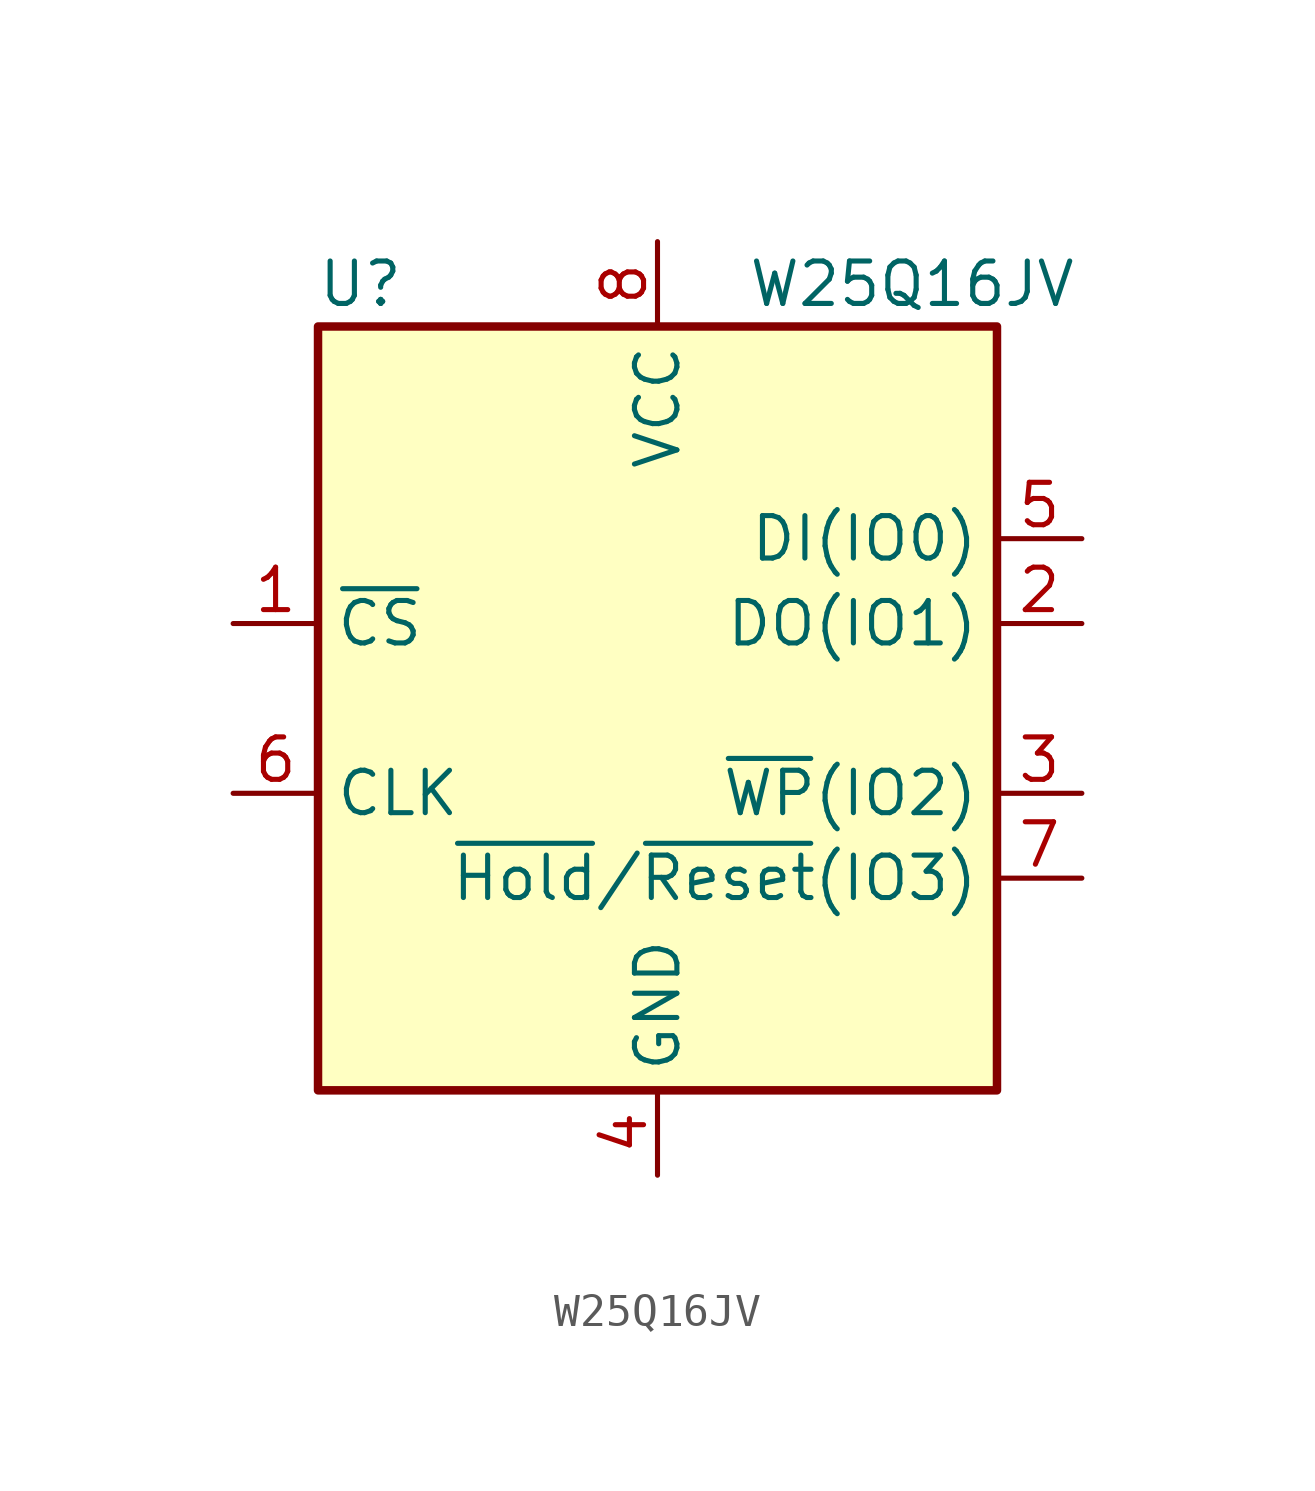
<source format=kicad_sym>
(kicad_symbol_lib
  (version 20211014)
  (generator kicad_symbol_editor)
  (symbol "W25Q16JV"
    (property "Reference" "U"
      (at -8.89 12.7 0)
      (effects (font (size 1.27 1.27))))
    (property "Value" "W25Q16JV"
      (at 7.62 12.7 0)
      (effects (font (size 1.27 1.27))))
    (symbol "W25Q16JV_0_1"
      (rectangle (start -10.16 11.43) (end 10.16 -11.43) (stroke (width 0.254) (type default) (color 0 0 0 0)) (fill (type background))))
    (symbol "W25Q16JV_1_1"
      (pin input line (at -12.7 2.54 0) (length 2.54) (name "~{CS}" (effects (font (size 1.27 1.27)))) (number "1" (effects (font (size 1.27 1.27)))))
      (pin bidirectional line (at 12.7 2.54 180) (length 2.54) (name "DO(IO1)" (effects (font (size 1.27 1.27)))) (number "2" (effects (font (size 1.27 1.27)))))
      (pin bidirectional line (at 12.7 -2.54 180) (length 2.54) (name "~{WP}(IO2)" (effects (font (size 1.27 1.27)))) (number "3" (effects (font (size 1.27 1.27)))))
      (pin power_in line (at 0 -13.97 90) (length 2.54) (name "GND" (effects (font (size 1.27 1.27)))) (number "4" (effects (font (size 1.27 1.27)))))
      (pin bidirectional line (at 12.7 5.08 180) (length 2.54) (name "DI(IO0)" (effects (font (size 1.27 1.27)))) (number "5" (effects (font (size 1.27 1.27)))))
      (pin input line (at -12.7 -2.54 0) (length 2.54) (name "CLK" (effects (font (size 1.27 1.27)))) (number "6" (effects (font (size 1.27 1.27)))))
      (pin bidirectional line (at 12.7 -5.08 180) (length 2.54) (name "~{Hold}/~{Reset}(IO3)" (effects (font (size 1.27 1.27)))) (number "7" (effects (font (size 1.27 1.27)))))
      (pin power_in line (at 0 13.97 270) (length 2.54) (name "VCC" (effects (font (size 1.27 1.27)))) (number "8" (effects (font (size 1.27 1.27))))))))
</source>
